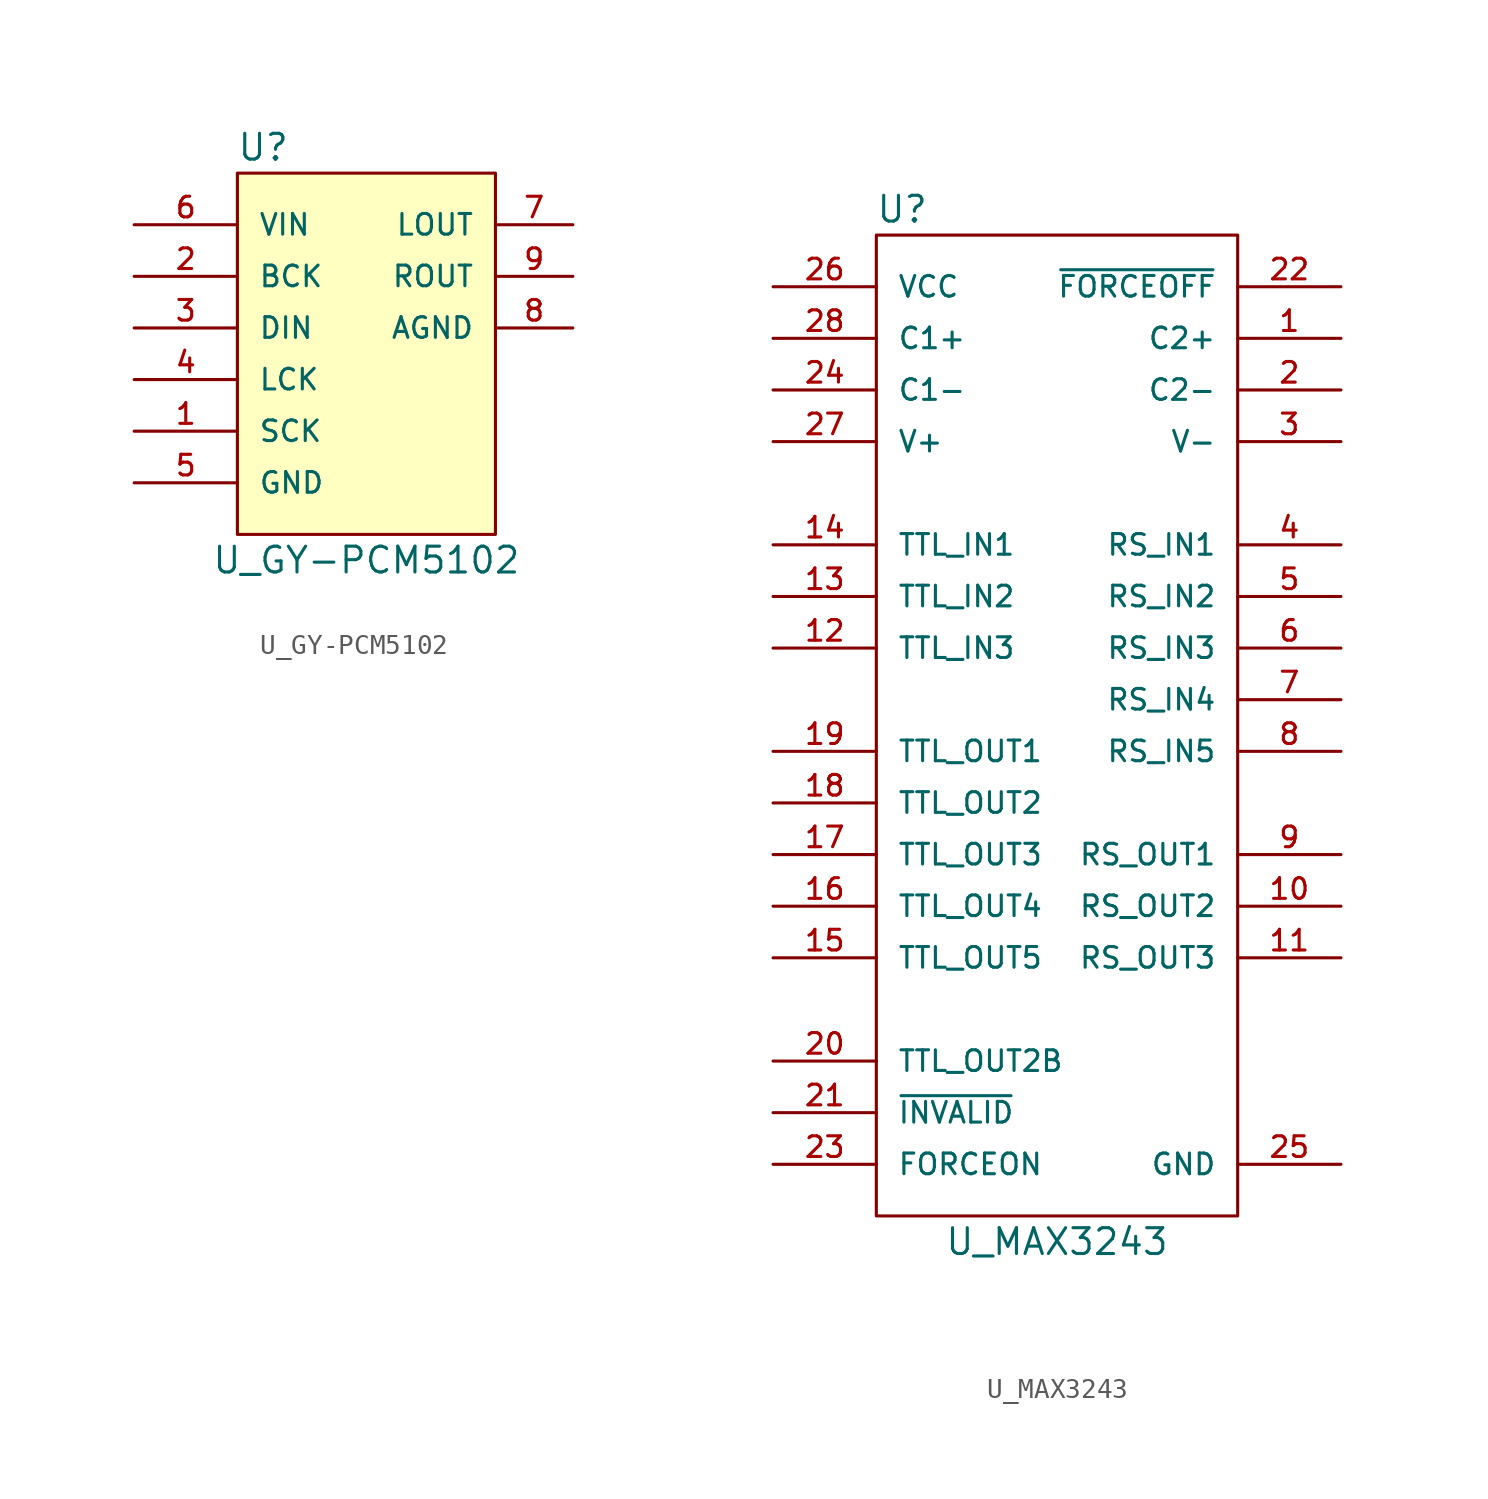
<source format=kicad_sym>
(kicad_symbol_lib
  (version 20211014)
  (generator kicad_symbol_editor)
  (symbol "U_GY-PCM5102"
    (pin_names
      (offset 1.016))
    (property "Reference" "U"
      (at -5.08 10.16 0)
      (effects (font (size 1.27 1.27))))
    (property "Value" "U_GY-PCM5102"
      (at 0 -10.16 0)
      (effects (font (size 1.27 1.27))))
    (symbol "U_GY-PCM5102_0_1"
      (rectangle (start -6.35 8.89) (end 6.35 -8.89) (stroke (width 0) (type default) (color 0 0 0 0)) (fill (type background))))
    (symbol "U_GY-PCM5102_1_1"
      (pin input line (at -11.43 -3.81 0) (length 5.08) (name "SCK" (effects (font (size 1.016 1.016)))) (number "1" (effects (font (size 1.016 1.016)))))
      (pin input line (at -11.43 3.81 0) (length 5.08) (name "BCK" (effects (font (size 1.016 1.016)))) (number "2" (effects (font (size 1.016 1.016)))))
      (pin input line (at -11.43 1.27 0) (length 5.08) (name "DIN" (effects (font (size 1.016 1.016)))) (number "3" (effects (font (size 1.016 1.016)))))
      (pin input line (at -11.43 -1.27 0) (length 5.08) (name "LCK" (effects (font (size 1.016 1.016)))) (number "4" (effects (font (size 1.016 1.016)))))
      (pin power_in line (at -11.43 -6.35 0) (length 5.08) (name "GND" (effects (font (size 1.016 1.016)))) (number "5" (effects (font (size 1.016 1.016)))))
      (pin power_in line (at -11.43 6.35 0) (length 5.08) (name "VIN" (effects (font (size 1.016 1.016)))) (number "6" (effects (font (size 1.016 1.016)))))
      (pin output line (at 10.16 6.35 180) (length 3.81) (name "LOUT" (effects (font (size 1.016 1.016)))) (number "7" (effects (font (size 1.016 1.016)))))
      (pin passive line (at 10.16 1.27 180) (length 3.81) (name "AGND" (effects (font (size 1.016 1.016)))) (number "8" (effects (font (size 1.016 1.016)))))
      (pin output line (at 10.16 3.81 180) (length 3.81) (name "ROUT" (effects (font (size 1.016 1.016)))) (number "9" (effects (font (size 1.016 1.016)))))))
  (symbol "U_MAX3243"
    (pin_names
      (offset 1.016))
    (property "Reference" "U"
      (at -7.62 22.86 0)
      (effects (font (size 1.27 1.27))))
    (property "Value" "U_MAX3243"
      (at 0 -27.94 0)
      (effects (font (size 1.27 1.27))))
    (symbol "U_MAX3243_1_1"
      (rectangle (start -8.89 21.59) (end 8.89 -26.67) (stroke (width 0) (type default) (color 0 0 0 0)) (fill (type none)))
      (pin passive line (at 13.97 16.51 180) (length 5.08) (name "C2+" (effects (font (size 1.016 1.016)))) (number "1" (effects (font (size 1.016 1.016)))))
      (pin passive line (at 13.97 -11.43 180) (length 5.08) (name "RS_OUT2" (effects (font (size 1.016 1.016)))) (number "10" (effects (font (size 1.016 1.016)))))
      (pin passive line (at 13.97 -13.97 180) (length 5.08) (name "RS_OUT3" (effects (font (size 1.016 1.016)))) (number "11" (effects (font (size 1.016 1.016)))))
      (pin passive line (at -13.97 1.27 0) (length 5.08) (name "TTL_IN3" (effects (font (size 1.016 1.016)))) (number "12" (effects (font (size 1.016 1.016)))))
      (pin passive line (at -13.97 3.81 0) (length 5.08) (name "TTL_IN2" (effects (font (size 1.016 1.016)))) (number "13" (effects (font (size 1.016 1.016)))))
      (pin passive line (at -13.97 6.35 0) (length 5.08) (name "TTL_IN1" (effects (font (size 1.016 1.016)))) (number "14" (effects (font (size 1.016 1.016)))))
      (pin passive line (at -13.97 -13.97 0) (length 5.08) (name "TTL_OUT5" (effects (font (size 1.016 1.016)))) (number "15" (effects (font (size 1.016 1.016)))))
      (pin passive line (at -13.97 -11.43 0) (length 5.08) (name "TTL_OUT4" (effects (font (size 1.016 1.016)))) (number "16" (effects (font (size 1.016 1.016)))))
      (pin passive line (at -13.97 -8.89 0) (length 5.08) (name "TTL_OUT3" (effects (font (size 1.016 1.016)))) (number "17" (effects (font (size 1.016 1.016)))))
      (pin passive line (at -13.97 -6.35 0) (length 5.08) (name "TTL_OUT2" (effects (font (size 1.016 1.016)))) (number "18" (effects (font (size 1.016 1.016)))))
      (pin passive line (at -13.97 -3.81 0) (length 5.08) (name "TTL_OUT1" (effects (font (size 1.016 1.016)))) (number "19" (effects (font (size 1.016 1.016)))))
      (pin passive line (at 13.97 13.97 180) (length 5.08) (name "C2-" (effects (font (size 1.016 1.016)))) (number "2" (effects (font (size 1.016 1.016)))))
      (pin passive line (at -13.97 -19.05 0) (length 5.08) (name "TTL_OUT2B" (effects (font (size 1.016 1.016)))) (number "20" (effects (font (size 1.016 1.016)))))
      (pin passive line (at -13.97 -21.59 0) (length 5.08) (name "~{INVALID}" (effects (font (size 1.016 1.016)))) (number "21" (effects (font (size 1.016 1.016)))))
      (pin passive line (at 13.97 19.05 180) (length 5.08) (name "~{FORCEOFF}" (effects (font (size 1.016 1.016)))) (number "22" (effects (font (size 1.016 1.016)))))
      (pin passive line (at -13.97 -24.13 0) (length 5.08) (name "FORCEON" (effects (font (size 1.016 1.016)))) (number "23" (effects (font (size 1.016 1.016)))))
      (pin passive line (at -13.97 13.97 0) (length 5.08) (name "C1-" (effects (font (size 1.016 1.016)))) (number "24" (effects (font (size 1.016 1.016)))))
      (pin power_in line (at 13.97 -24.13 180) (length 5.08) (name "GND" (effects (font (size 1.016 1.016)))) (number "25" (effects (font (size 1.016 1.016)))))
      (pin power_in line (at -13.97 19.05 0) (length 5.08) (name "VCC" (effects (font (size 1.016 1.016)))) (number "26" (effects (font (size 1.016 1.016)))))
      (pin passive line (at -13.97 11.43 0) (length 5.08) (name "V+" (effects (font (size 1.016 1.016)))) (number "27" (effects (font (size 1.016 1.016)))))
      (pin passive line (at -13.97 16.51 0) (length 5.08) (name "C1+" (effects (font (size 1.016 1.016)))) (number "28" (effects (font (size 1.016 1.016)))))
      (pin passive line (at 13.97 11.43 180) (length 5.08) (name "V-" (effects (font (size 1.016 1.016)))) (number "3" (effects (font (size 1.016 1.016)))))
      (pin passive line (at 13.97 6.35 180) (length 5.08) (name "RS_IN1" (effects (font (size 1.016 1.016)))) (number "4" (effects (font (size 1.016 1.016)))))
      (pin passive line (at 13.97 3.81 180) (length 5.08) (name "RS_IN2" (effects (font (size 1.016 1.016)))) (number "5" (effects (font (size 1.016 1.016)))))
      (pin passive line (at 13.97 1.27 180) (length 5.08) (name "RS_IN3" (effects (font (size 1.016 1.016)))) (number "6" (effects (font (size 1.016 1.016)))))
      (pin passive line (at 13.97 -1.27 180) (length 5.08) (name "RS_IN4" (effects (font (size 1.016 1.016)))) (number "7" (effects (font (size 1.016 1.016)))))
      (pin passive line (at 13.97 -3.81 180) (length 5.08) (name "RS_IN5" (effects (font (size 1.016 1.016)))) (number "8" (effects (font (size 1.016 1.016)))))
      (pin passive line (at 13.97 -8.89 180) (length 5.08) (name "RS_OUT1" (effects (font (size 1.016 1.016)))) (number "9" (effects (font (size 1.016 1.016))))))))
</source>
